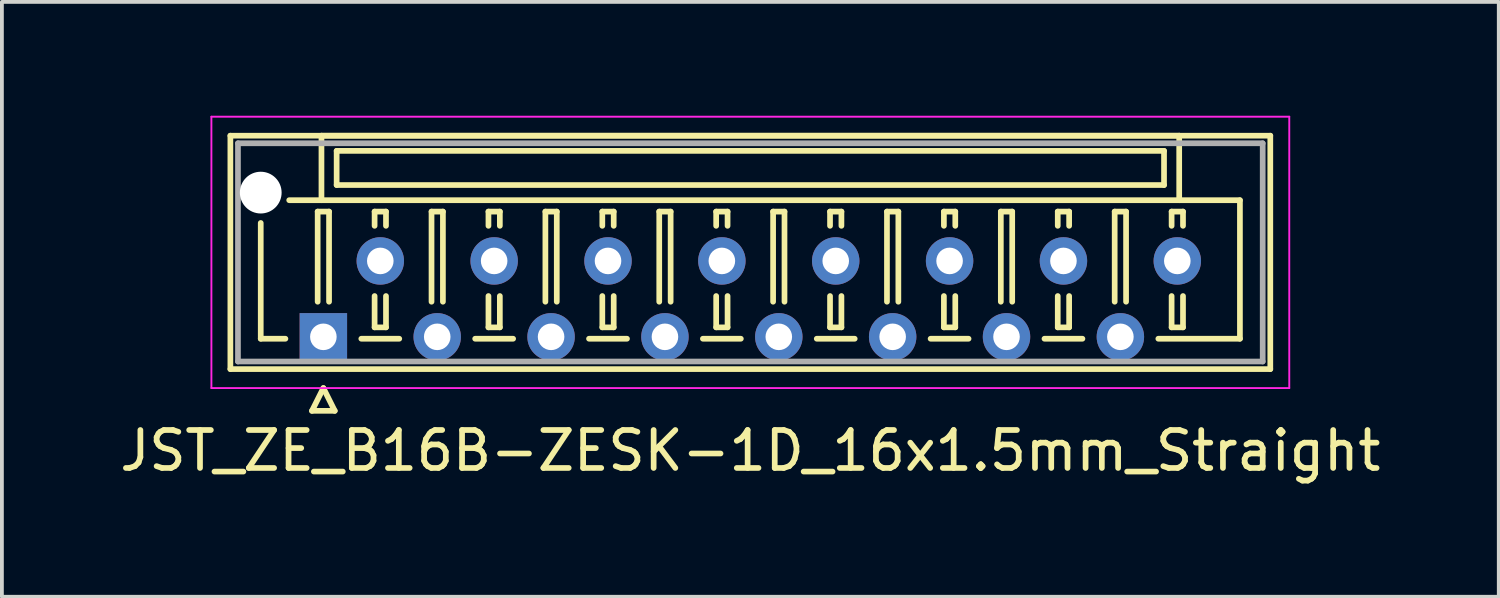
<source format=kicad_pcb>
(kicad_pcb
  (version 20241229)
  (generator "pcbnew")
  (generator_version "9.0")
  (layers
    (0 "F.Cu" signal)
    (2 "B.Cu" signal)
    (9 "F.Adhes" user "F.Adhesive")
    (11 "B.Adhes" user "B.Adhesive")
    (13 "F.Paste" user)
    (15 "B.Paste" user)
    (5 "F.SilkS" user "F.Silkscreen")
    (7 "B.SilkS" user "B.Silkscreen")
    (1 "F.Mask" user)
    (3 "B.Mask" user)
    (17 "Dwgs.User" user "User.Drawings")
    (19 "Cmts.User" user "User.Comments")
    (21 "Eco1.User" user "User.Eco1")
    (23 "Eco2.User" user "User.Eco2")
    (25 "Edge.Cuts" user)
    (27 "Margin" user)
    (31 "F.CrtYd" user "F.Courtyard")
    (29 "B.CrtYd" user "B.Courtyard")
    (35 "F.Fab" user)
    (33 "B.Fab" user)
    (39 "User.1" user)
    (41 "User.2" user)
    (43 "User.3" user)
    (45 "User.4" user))
  (footprint "JST_ZE_B16B-ZESK-1D_16x1.5mm_Straight"
    (layer "F.Cu")
    (at 5.47 5.825)
    (property "Reference" "JST_ZE_B16B-ZESK-1D_16x1.5mm_Straight" (at 11.25 3 0) (layer "F.SilkS") (effects (font (size 1 1) (thickness 0.15))))
    (attr through_hole)
    (fp_line (start -2.45 -5.3) (end -2.45 0.85) (stroke (width 0.15) (type solid)) (layer "F.SilkS"))
    (fp_line (start -2.45 0.85) (end 24.95 0.85) (stroke (width 0.15) (type solid)) (layer "F.SilkS"))
    (fp_line (start -1.65 -3) (end -1.65 0.05) (stroke (width 0.15) (type solid)) (layer "F.SilkS"))
    (fp_line (start -1.65 0.05) (end -1 0.05) (stroke (width 0.15) (type solid)) (layer "F.SilkS"))
    (fp_line (start -0.3 1.95) (end 0 1.35) (stroke (width 0.15) (type solid)) (layer "F.SilkS"))
    (fp_line (start -0.15 -3.3) (end 0.15 -3.3) (stroke (width 0.15) (type solid)) (layer "F.SilkS"))
    (fp_line (start -0.15 -0.925) (end -0.15 -3.3) (stroke (width 0.15) (type solid)) (layer "F.SilkS"))
    (fp_line (start -0.05 -5.3) (end -0.05 -3.6) (stroke (width 0.15) (type solid)) (layer "F.SilkS"))
    (fp_line (start -0.05 -3.6) (end -0.9 -3.6) (stroke (width 0.15) (type solid)) (layer "F.SilkS"))
    (fp_line (start -0.05 -3.6) (end 22.55 -3.6) (stroke (width 0.15) (type solid)) (layer "F.SilkS"))
    (fp_line (start 0 1.35) (end 0.3 1.95) (stroke (width 0.15) (type solid)) (layer "F.SilkS"))
    (fp_line (start 0.15 -3.3) (end 0.15 -0.925) (stroke (width 0.15) (type solid)) (layer "F.SilkS"))
    (fp_line (start 0.3 1.95) (end -0.3 1.95) (stroke (width 0.15) (type solid)) (layer "F.SilkS"))
    (fp_line (start 0.35 -4.9) (end 0.35 -4) (stroke (width 0.15) (type solid)) (layer "F.SilkS"))
    (fp_line (start 0.35 -4) (end 22.15 -4) (stroke (width 0.15) (type solid)) (layer "F.SilkS"))
    (fp_line (start 1 0.05) (end 2 0.05) (stroke (width 0.15) (type solid)) (layer "F.SilkS"))
    (fp_line (start 1.35 -3.3) (end 1.65 -3.3) (stroke (width 0.15) (type solid)) (layer "F.SilkS"))
    (fp_line (start 1.35 -2.925) (end 1.35 -3.3) (stroke (width 0.15) (type solid)) (layer "F.SilkS"))
    (fp_line (start 1.35 -1.075) (end 1.35 -0.25) (stroke (width 0.15) (type solid)) (layer "F.SilkS"))
    (fp_line (start 1.35 -0.25) (end 1.65 -0.25) (stroke (width 0.15) (type solid)) (layer "F.SilkS"))
    (fp_line (start 1.65 -3.3) (end 1.65 -2.925) (stroke (width 0.15) (type solid)) (layer "F.SilkS"))
    (fp_line (start 1.65 -0.25) (end 1.65 -1.075) (stroke (width 0.15) (type solid)) (layer "F.SilkS"))
    (fp_line (start 2.85 -3.3) (end 3.15 -3.3) (stroke (width 0.15) (type solid)) (layer "F.SilkS"))
    (fp_line (start 2.85 -0.925) (end 2.85 -3.3) (stroke (width 0.15) (type solid)) (layer "F.SilkS"))
    (fp_line (start 3.15 -3.3) (end 3.15 -0.925) (stroke (width 0.15) (type solid)) (layer "F.SilkS"))
    (fp_line (start 4 0.05) (end 5 0.05) (stroke (width 0.15) (type solid)) (layer "F.SilkS"))
    (fp_line (start 4.35 -3.3) (end 4.65 -3.3) (stroke (width 0.15) (type solid)) (layer "F.SilkS"))
    (fp_line (start 4.35 -2.925) (end 4.35 -3.3) (stroke (width 0.15) (type solid)) (layer "F.SilkS"))
    (fp_line (start 4.35 -1.075) (end 4.35 -0.25) (stroke (width 0.15) (type solid)) (layer "F.SilkS"))
    (fp_line (start 4.35 -0.25) (end 4.65 -0.25) (stroke (width 0.15) (type solid)) (layer "F.SilkS"))
    (fp_line (start 4.65 -3.3) (end 4.65 -2.925) (stroke (width 0.15) (type solid)) (layer "F.SilkS"))
    (fp_line (start 4.65 -0.25) (end 4.65 -1.075) (stroke (width 0.15) (type solid)) (layer "F.SilkS"))
    (fp_line (start 5.85 -3.3) (end 6.15 -3.3) (stroke (width 0.15) (type solid)) (layer "F.SilkS"))
    (fp_line (start 5.85 -0.925) (end 5.85 -3.3) (stroke (width 0.15) (type solid)) (layer "F.SilkS"))
    (fp_line (start 6.15 -3.3) (end 6.15 -0.925) (stroke (width 0.15) (type solid)) (layer "F.SilkS"))
    (fp_line (start 7 0.05) (end 8 0.05) (stroke (width 0.15) (type solid)) (layer "F.SilkS"))
    (fp_line (start 7.35 -3.3) (end 7.65 -3.3) (stroke (width 0.15) (type solid)) (layer "F.SilkS"))
    (fp_line (start 7.35 -2.925) (end 7.35 -3.3) (stroke (width 0.15) (type solid)) (layer "F.SilkS"))
    (fp_line (start 7.35 -1.075) (end 7.35 -0.25) (stroke (width 0.15) (type solid)) (layer "F.SilkS"))
    (fp_line (start 7.35 -0.25) (end 7.65 -0.25) (stroke (width 0.15) (type solid)) (layer "F.SilkS"))
    (fp_line (start 7.65 -3.3) (end 7.65 -2.925) (stroke (width 0.15) (type solid)) (layer "F.SilkS"))
    (fp_line (start 7.65 -0.25) (end 7.65 -1.075) (stroke (width 0.15) (type solid)) (layer "F.SilkS"))
    (fp_line (start 8.85 -3.3) (end 9.15 -3.3) (stroke (width 0.15) (type solid)) (layer "F.SilkS"))
    (fp_line (start 8.85 -0.925) (end 8.85 -3.3) (stroke (width 0.15) (type solid)) (layer "F.SilkS"))
    (fp_line (start 9.15 -3.3) (end 9.15 -0.925) (stroke (width 0.15) (type solid)) (layer "F.SilkS"))
    (fp_line (start 10 0.05) (end 11 0.05) (stroke (width 0.15) (type solid)) (layer "F.SilkS"))
    (fp_line (start 10.35 -3.3) (end 10.65 -3.3) (stroke (width 0.15) (type solid)) (layer "F.SilkS"))
    (fp_line (start 10.35 -2.925) (end 10.35 -3.3) (stroke (width 0.15) (type solid)) (layer "F.SilkS"))
    (fp_line (start 10.35 -1.075) (end 10.35 -0.25) (stroke (width 0.15) (type solid)) (layer "F.SilkS"))
    (fp_line (start 10.35 -0.25) (end 10.65 -0.25) (stroke (width 0.15) (type solid)) (layer "F.SilkS"))
    (fp_line (start 10.65 -3.3) (end 10.65 -2.925) (stroke (width 0.15) (type solid)) (layer "F.SilkS"))
    (fp_line (start 10.65 -0.25) (end 10.65 -1.075) (stroke (width 0.15) (type solid)) (layer "F.SilkS"))
    (fp_line (start 11.85 -3.3) (end 12.15 -3.3) (stroke (width 0.15) (type solid)) (layer "F.SilkS"))
    (fp_line (start 11.85 -0.925) (end 11.85 -3.3) (stroke (width 0.15) (type solid)) (layer "F.SilkS"))
    (fp_line (start 12.15 -3.3) (end 12.15 -0.925) (stroke (width 0.15) (type solid)) (layer "F.SilkS"))
    (fp_line (start 13 0.05) (end 14 0.05) (stroke (width 0.15) (type solid)) (layer "F.SilkS"))
    (fp_line (start 13.35 -3.3) (end 13.65 -3.3) (stroke (width 0.15) (type solid)) (layer "F.SilkS"))
    (fp_line (start 13.35 -2.925) (end 13.35 -3.3) (stroke (width 0.15) (type solid)) (layer "F.SilkS"))
    (fp_line (start 13.35 -1.075) (end 13.35 -0.25) (stroke (width 0.15) (type solid)) (layer "F.SilkS"))
    (fp_line (start 13.35 -0.25) (end 13.65 -0.25) (stroke (width 0.15) (type solid)) (layer "F.SilkS"))
    (fp_line (start 13.65 -3.3) (end 13.65 -2.925) (stroke (width 0.15) (type solid)) (layer "F.SilkS"))
    (fp_line (start 13.65 -0.25) (end 13.65 -1.075) (stroke (width 0.15) (type solid)) (layer "F.SilkS"))
    (fp_line (start 14.85 -3.3) (end 15.15 -3.3) (stroke (width 0.15) (type solid)) (layer "F.SilkS"))
    (fp_line (start 14.85 -0.925) (end 14.85 -3.3) (stroke (width 0.15) (type solid)) (layer "F.SilkS"))
    (fp_line (start 15.15 -3.3) (end 15.15 -0.925) (stroke (width 0.15) (type solid)) (layer "F.SilkS"))
    (fp_line (start 16 0.05) (end 17 0.05) (stroke (width 0.15) (type solid)) (layer "F.SilkS"))
    (fp_line (start 16.35 -3.3) (end 16.65 -3.3) (stroke (width 0.15) (type solid)) (layer "F.SilkS"))
    (fp_line (start 16.35 -2.925) (end 16.35 -3.3) (stroke (width 0.15) (type solid)) (layer "F.SilkS"))
    (fp_line (start 16.35 -1.075) (end 16.35 -0.25) (stroke (width 0.15) (type solid)) (layer "F.SilkS"))
    (fp_line (start 16.35 -0.25) (end 16.65 -0.25) (stroke (width 0.15) (type solid)) (layer "F.SilkS"))
    (fp_line (start 16.65 -3.3) (end 16.65 -2.925) (stroke (width 0.15) (type solid)) (layer "F.SilkS"))
    (fp_line (start 16.65 -0.25) (end 16.65 -1.075) (stroke (width 0.15) (type solid)) (layer "F.SilkS"))
    (fp_line (start 17.85 -3.3) (end 18.15 -3.3) (stroke (width 0.15) (type solid)) (layer "F.SilkS"))
    (fp_line (start 17.85 -0.925) (end 17.85 -3.3) (stroke (width 0.15) (type solid)) (layer "F.SilkS"))
    (fp_line (start 18.15 -3.3) (end 18.15 -0.925) (stroke (width 0.15) (type solid)) (layer "F.SilkS"))
    (fp_line (start 19 0.05) (end 20 0.05) (stroke (width 0.15) (type solid)) (layer "F.SilkS"))
    (fp_line (start 19.35 -3.3) (end 19.65 -3.3) (stroke (width 0.15) (type solid)) (layer "F.SilkS"))
    (fp_line (start 19.35 -2.925) (end 19.35 -3.3) (stroke (width 0.15) (type solid)) (layer "F.SilkS"))
    (fp_line (start 19.35 -1.075) (end 19.35 -0.25) (stroke (width 0.15) (type solid)) (layer "F.SilkS"))
    (fp_line (start 19.35 -0.25) (end 19.65 -0.25) (stroke (width 0.15) (type solid)) (layer "F.SilkS"))
    (fp_line (start 19.65 -3.3) (end 19.65 -2.925) (stroke (width 0.15) (type solid)) (layer "F.SilkS"))
    (fp_line (start 19.65 -0.25) (end 19.65 -1.075) (stroke (width 0.15) (type solid)) (layer "F.SilkS"))
    (fp_line (start 20.85 -3.3) (end 21.15 -3.3) (stroke (width 0.15) (type solid)) (layer "F.SilkS"))
    (fp_line (start 20.85 -0.925) (end 20.85 -3.3) (stroke (width 0.15) (type solid)) (layer "F.SilkS"))
    (fp_line (start 21.15 -3.3) (end 21.15 -0.925) (stroke (width 0.15) (type solid)) (layer "F.SilkS"))
    (fp_line (start 22.15 -4.9) (end 0.35 -4.9) (stroke (width 0.15) (type solid)) (layer "F.SilkS"))
    (fp_line (start 22.15 -4) (end 22.15 -4.9) (stroke (width 0.15) (type solid)) (layer "F.SilkS"))
    (fp_line (start 22.35 -3.3) (end 22.65 -3.3) (stroke (width 0.15) (type solid)) (layer "F.SilkS"))
    (fp_line (start 22.35 -2.925) (end 22.35 -3.3) (stroke (width 0.15) (type solid)) (layer "F.SilkS"))
    (fp_line (start 22.35 -1.075) (end 22.35 -0.25) (stroke (width 0.15) (type solid)) (layer "F.SilkS"))
    (fp_line (start 22.35 -0.25) (end 22.65 -0.25) (stroke (width 0.15) (type solid)) (layer "F.SilkS"))
    (fp_line (start 22.55 -5.3) (end -0.05 -5.3) (stroke (width 0.15) (type solid)) (layer "F.SilkS"))
    (fp_line (start 22.55 -3.6) (end 22.55 -5.3) (stroke (width 0.15) (type solid)) (layer "F.SilkS"))
    (fp_line (start 22.55 -3.6) (end 24.15 -3.6) (stroke (width 0.15) (type solid)) (layer "F.SilkS"))
    (fp_line (start 22.65 -3.3) (end 22.65 -2.925) (stroke (width 0.15) (type solid)) (layer "F.SilkS"))
    (fp_line (start 22.65 -0.25) (end 22.65 -1.075) (stroke (width 0.15) (type solid)) (layer "F.SilkS"))
    (fp_line (start 24.15 -3.6) (end 24.15 0.05) (stroke (width 0.15) (type solid)) (layer "F.SilkS"))
    (fp_line (start 24.15 0.05) (end 22 0.05) (stroke (width 0.15) (type solid)) (layer "F.SilkS"))
    (fp_line (start 24.95 -5.3) (end -2.45 -5.3) (stroke (width 0.15) (type solid)) (layer "F.SilkS"))
    (fp_line (start 24.95 0.85) (end 24.95 -5.3) (stroke (width 0.15) (type solid)) (layer "F.SilkS"))
    (fp_line (start -2.95 -5.8) (end -2.95 1.35) (stroke (width 0.05) (type solid)) (layer "F.CrtYd"))
    (fp_line (start -2.95 1.35) (end 25.45 1.35) (stroke (width 0.05) (type solid)) (layer "F.CrtYd"))
    (fp_line (start 25.45 -5.8) (end -2.95 -5.8) (stroke (width 0.05) (type solid)) (layer "F.CrtYd"))
    (fp_line (start 25.45 1.35) (end 25.45 -5.8) (stroke (width 0.05) (type solid)) (layer "F.CrtYd"))
    (fp_line (start -2.25 -5.1) (end -2.25 0.65) (stroke (width 0.15) (type solid)) (layer "F.Fab"))
    (fp_line (start -2.25 0.65) (end 24.75 0.65) (stroke (width 0.15) (type solid)) (layer "F.Fab"))
    (fp_line (start 24.75 -5.1) (end -2.25 -5.1) (stroke (width 0.15) (type solid)) (layer "F.Fab"))
    (fp_line (start 24.75 0.65) (end 24.75 -5.1) (stroke (width 0.15) (type solid)) (layer "F.Fab"))
    (pad "" np_thru_hole circle (at -1.65 -3.8) (size 1.1 1.1) (drill 1.1) (layers "*.Cu"))
    (pad "1" thru_hole rect (at 0 0) (size 1.25 1.25) (drill 0.7) (layers "*.Cu" "*.Mask"))
    (pad "2" thru_hole circle (at 1.5 -2) (size 1.25 1.25) (drill 0.7) (layers "*.Cu" "*.Mask"))
    (pad "3" thru_hole circle (at 3 0) (size 1.25 1.25) (drill 0.7) (layers "*.Cu" "*.Mask"))
    (pad "4" thru_hole circle (at 4.5 -2) (size 1.25 1.25) (drill 0.7) (layers "*.Cu" "*.Mask"))
    (pad "5" thru_hole circle (at 6 0) (size 1.25 1.25) (drill 0.7) (layers "*.Cu" "*.Mask"))
    (pad "6" thru_hole circle (at 7.5 -2) (size 1.25 1.25) (drill 0.7) (layers "*.Cu" "*.Mask"))
    (pad "7" thru_hole circle (at 9 0) (size 1.25 1.25) (drill 0.7) (layers "*.Cu" "*.Mask"))
    (pad "8" thru_hole circle (at 10.5 -2) (size 1.25 1.25) (drill 0.7) (layers "*.Cu" "*.Mask"))
    (pad "9" thru_hole circle (at 12 0) (size 1.25 1.25) (drill 0.7) (layers "*.Cu" "*.Mask"))
    (pad "10" thru_hole circle (at 13.5 -2) (size 1.25 1.25) (drill 0.7) (layers "*.Cu" "*.Mask"))
    (pad "11" thru_hole circle (at 15 0) (size 1.25 1.25) (drill 0.7) (layers "*.Cu" "*.Mask"))
    (pad "12" thru_hole circle (at 16.5 -2) (size 1.25 1.25) (drill 0.7) (layers "*.Cu" "*.Mask"))
    (pad "13" thru_hole circle (at 18 0) (size 1.25 1.25) (drill 0.7) (layers "*.Cu" "*.Mask"))
    (pad "14" thru_hole circle (at 19.5 -2) (size 1.25 1.25) (drill 0.7) (layers "*.Cu" "*.Mask"))
    (pad "15" thru_hole circle (at 21 0) (size 1.25 1.25) (drill 0.7) (layers "*.Cu" "*.Mask"))
    (pad "16" thru_hole circle (at 22.5 -2) (size 1.25 1.25) (drill 0.7) (layers "*.Cu" "*.Mask")))
  (gr_rect
    (start -3 -3)
    (end 36.44 12.673)
    (stroke (width 0.1) (type default))
    (fill no)
    (layer "Edge.Cuts")))
</source>
